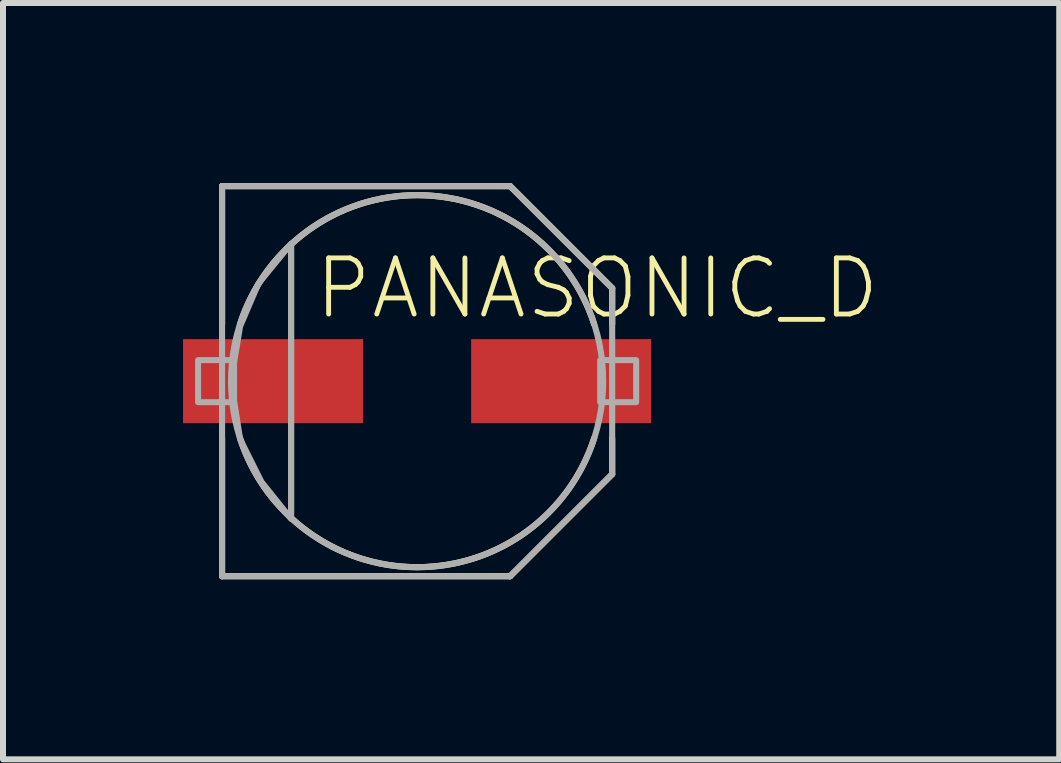
<source format=kicad_pcb>
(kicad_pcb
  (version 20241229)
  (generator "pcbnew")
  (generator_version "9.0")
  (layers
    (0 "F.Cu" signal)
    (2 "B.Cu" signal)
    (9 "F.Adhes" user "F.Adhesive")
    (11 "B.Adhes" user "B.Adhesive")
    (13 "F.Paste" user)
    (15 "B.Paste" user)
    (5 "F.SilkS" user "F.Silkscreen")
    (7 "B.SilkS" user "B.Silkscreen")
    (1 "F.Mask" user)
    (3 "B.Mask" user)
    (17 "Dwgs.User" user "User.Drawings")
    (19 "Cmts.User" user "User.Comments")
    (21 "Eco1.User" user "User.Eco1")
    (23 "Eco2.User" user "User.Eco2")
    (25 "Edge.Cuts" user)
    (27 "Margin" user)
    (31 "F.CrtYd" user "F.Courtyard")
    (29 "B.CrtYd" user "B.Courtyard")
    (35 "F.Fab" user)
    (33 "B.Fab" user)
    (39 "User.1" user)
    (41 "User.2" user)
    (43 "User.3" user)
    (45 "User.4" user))
  (footprint "PANASONIC_D"
    (layer "F.Cu")
    (at 3.9 3.301)
    (property "Reference" "PANASONIC_D" (at -1.75 -1 0) (layer "F.SilkS") (effects (font (size 0.935 0.935) (thickness 0.081)) (justify left bottom)))
    (fp_line (start -3.25 -3.25) (end 1.55 -3.25) (stroke (width 0.102) (type solid)) (layer "F.SilkS"))
    (fp_line (start -3.25 -0.95) (end -3.25 -3.25) (stroke (width 0.102) (type solid)) (layer "F.SilkS"))
    (fp_line (start -3.25 3.25) (end -3.25 0.95) (stroke (width 0.102) (type solid)) (layer "F.SilkS"))
    (fp_line (start 1.55 -3.25) (end 3.25 -1.55) (stroke (width 0.102) (type solid)) (layer "F.SilkS"))
    (fp_line (start 1.55 3.25) (end -3.25 3.25) (stroke (width 0.102) (type solid)) (layer "F.SilkS"))
    (fp_line (start 3.25 -1.55) (end 3.25 -0.95) (stroke (width 0.102) (type solid)) (layer "F.SilkS"))
    (fp_line (start 3.25 0.95) (end 3.25 1.55) (stroke (width 0.102) (type solid)) (layer "F.SilkS"))
    (fp_line (start 3.25 1.55) (end 1.55 3.25) (stroke (width 0.102) (type solid)) (layer "F.SilkS"))
    (fp_arc (start -2.95 -0.95) (mid 0 -3.099193) (end 2.95 -0.95) (stroke (width 0.1016) (type solid)) (layer "F.SilkS"))
    (fp_arc (start 2.95 0.95) (mid 0 3.099193) (end -2.95 0.95) (stroke (width 0.1016) (type solid)) (layer "F.SilkS"))
    (fp_line (start -3.25 -3.25) (end 1.55 -3.25) (stroke (width 0.102) (type solid)) (layer "F.Fab"))
    (fp_line (start -3.25 3.25) (end -3.25 -3.25) (stroke (width 0.102) (type solid)) (layer "F.Fab"))
    (fp_line (start -2.1 -2.25) (end -2.1 2.2) (stroke (width 0.102) (type solid)) (layer "F.Fab"))
    (fp_line (start 1.55 -3.25) (end 3.25 -1.55) (stroke (width 0.102) (type solid)) (layer "F.Fab"))
    (fp_line (start 1.55 3.25) (end -3.25 3.25) (stroke (width 0.102) (type solid)) (layer "F.Fab"))
    (fp_line (start 3.25 -1.55) (end 3.25 1.55) (stroke (width 0.102) (type solid)) (layer "F.Fab"))
    (fp_line (start 3.25 1.55) (end 1.55 3.25) (stroke (width 0.102) (type solid)) (layer "F.Fab"))
    (fp_circle (center 0 0) (end 3.1 0) (stroke (width 0.102) (type solid)) (fill no) (layer "F.Fab"))
    (fp_poly (pts (xy -3.65 0.35) (xy -3.05 0.35) (xy -3.05 -0.35) (xy -3.65 -0.35)) (stroke (width 0.1) (type solid)) (fill no) (layer "F.Fab"))
    (fp_poly (pts (xy 3.05 0.35) (xy 3.65 0.35) (xy 3.65 -0.35) (xy 3.05 -0.35)) (stroke (width 0.1) (type solid)) (fill no) (layer "F.Fab"))
    (fp_poly (pts (xy -2.099 2.295) (xy -2.593 1.678) (xy -2.949 0.966) (xy -3.101 -0.00022) (xy -2.949 -0.914) (xy -2.644 -1.627) (xy -2.099 -2.292)) (stroke (width 0.1) (type solid)) (fill no) (layer "F.Fab"))
    (pad "+" smd rect (at 2.4 0) (size 3 1.4) (layers "F.Cu" "F.Mask" "F.Paste"))
    (pad "-" smd rect (at -2.4 0) (size 3 1.4) (layers "F.Cu" "F.Mask" "F.Paste")))
  (gr_rect
    (start -3 -3)
    (end 14.599 9.602)
    (stroke (width 0.1) (type default))
    (fill no)
    (layer "Edge.Cuts")))
</source>
